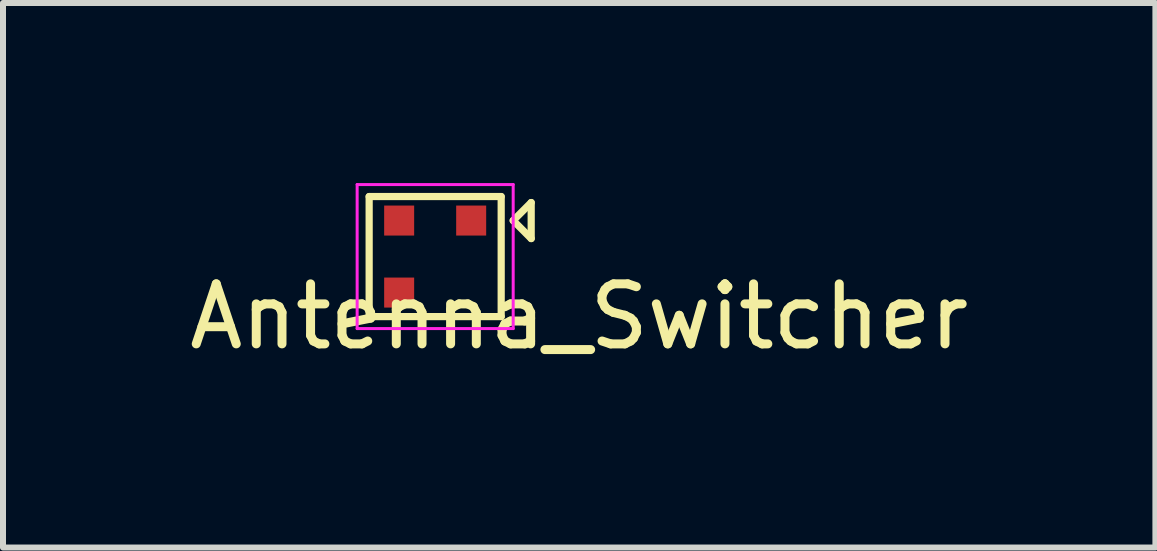
<source format=kicad_pcb>
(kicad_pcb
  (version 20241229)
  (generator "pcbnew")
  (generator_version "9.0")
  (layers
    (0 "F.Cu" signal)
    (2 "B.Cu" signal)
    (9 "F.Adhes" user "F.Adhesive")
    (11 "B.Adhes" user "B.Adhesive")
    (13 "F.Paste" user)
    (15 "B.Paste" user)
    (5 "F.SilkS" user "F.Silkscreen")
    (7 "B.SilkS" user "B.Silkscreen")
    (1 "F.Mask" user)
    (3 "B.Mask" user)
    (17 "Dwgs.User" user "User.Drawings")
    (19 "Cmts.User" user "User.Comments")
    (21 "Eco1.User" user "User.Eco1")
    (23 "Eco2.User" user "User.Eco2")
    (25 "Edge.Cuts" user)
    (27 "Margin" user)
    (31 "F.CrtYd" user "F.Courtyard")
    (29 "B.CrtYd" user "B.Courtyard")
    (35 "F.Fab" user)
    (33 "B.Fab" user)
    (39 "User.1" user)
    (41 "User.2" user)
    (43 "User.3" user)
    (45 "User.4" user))
  (footprint "Antenna_Switcher"
    (layer "F.Cu")
    (at 4.901 0.625)
    (property "Reference" "Antenna_Switcher" (at 1.7 1.6 0) (layer "F.SilkS") (effects (font (size 1 1) (thickness 0.15))))
    (attr exclude_from_pos_files exclude_from_bom)
    (fp_line (start -1.8 -0.4) (end 0.4 -0.4) (stroke (width 0.12) (type solid)) (layer "F.SilkS"))
    (fp_line (start -1.8 1.6) (end -1.8 -0.4) (stroke (width 0.12) (type solid)) (layer "F.SilkS"))
    (fp_line (start 0.4 -0.4) (end 0.4 1.6) (stroke (width 0.12) (type solid)) (layer "F.SilkS"))
    (fp_line (start 0.4 1.6) (end -1.8 1.6) (stroke (width 0.12) (type solid)) (layer "F.SilkS"))
    (fp_line (start 0.6 0) (end 0.9 -0.3) (stroke (width 0.12) (type solid)) (layer "F.SilkS"))
    (fp_line (start 0.6 0) (end 0.9 0.3) (stroke (width 0.12) (type solid)) (layer "F.SilkS"))
    (fp_line (start 0.9 0.3) (end 0.9 -0.3) (stroke (width 0.12) (type solid)) (layer "F.SilkS"))
    (fp_line (start -2 -0.6) (end -2 1.8) (stroke (width 0.05) (type solid)) (layer "F.CrtYd"))
    (fp_line (start -2 -0.6) (end 0.6 -0.6) (stroke (width 0.05) (type solid)) (layer "F.CrtYd"))
    (fp_line (start 0.6 1.8) (end -2 1.8) (stroke (width 0.05) (type solid)) (layer "F.CrtYd"))
    (fp_line (start 0.6 1.8) (end 0.6 -0.6) (stroke (width 0.05) (type solid)) (layer "F.CrtYd"))
    (pad "1" smd rect (at -0.1 0) (size 0.5 0.5) (layers "F.Cu" "F.Mask"))
    (pad "2" smd rect (at -1.3 0) (size 0.5 0.5) (layers "F.Cu" "F.Mask"))
    (pad "3" smd rect (at -1.3 1.2) (size 0.5 0.5) (layers "F.Cu" "F.Mask"))
    (zone (net_name "") (layer "F.Cu") (hatch edge 0.5) (connect_pads) (min_thickness 0.25) (filled_areas_thickness no) (keepout (tracks not_allowed) (vias not_allowed) (pads not_allowed) (copperpour allowed) (footprints allowed)) (placement (enabled no)) (fill) (polygon (pts (xy 3.901 0.325) (xy 4.501 0.325) (xy 4.501 0.925) (xy 3.901 0.925) (xy 3.901 1.525) (xy 3.301 1.525) (xy 3.301 0.925) (xy 3.901 0.925)))))
  (gr_rect
    (start -3 -3)
    (end 16.202 6.073)
    (stroke (width 0.1) (type default))
    (fill no)
    (layer "Edge.Cuts")))
</source>
